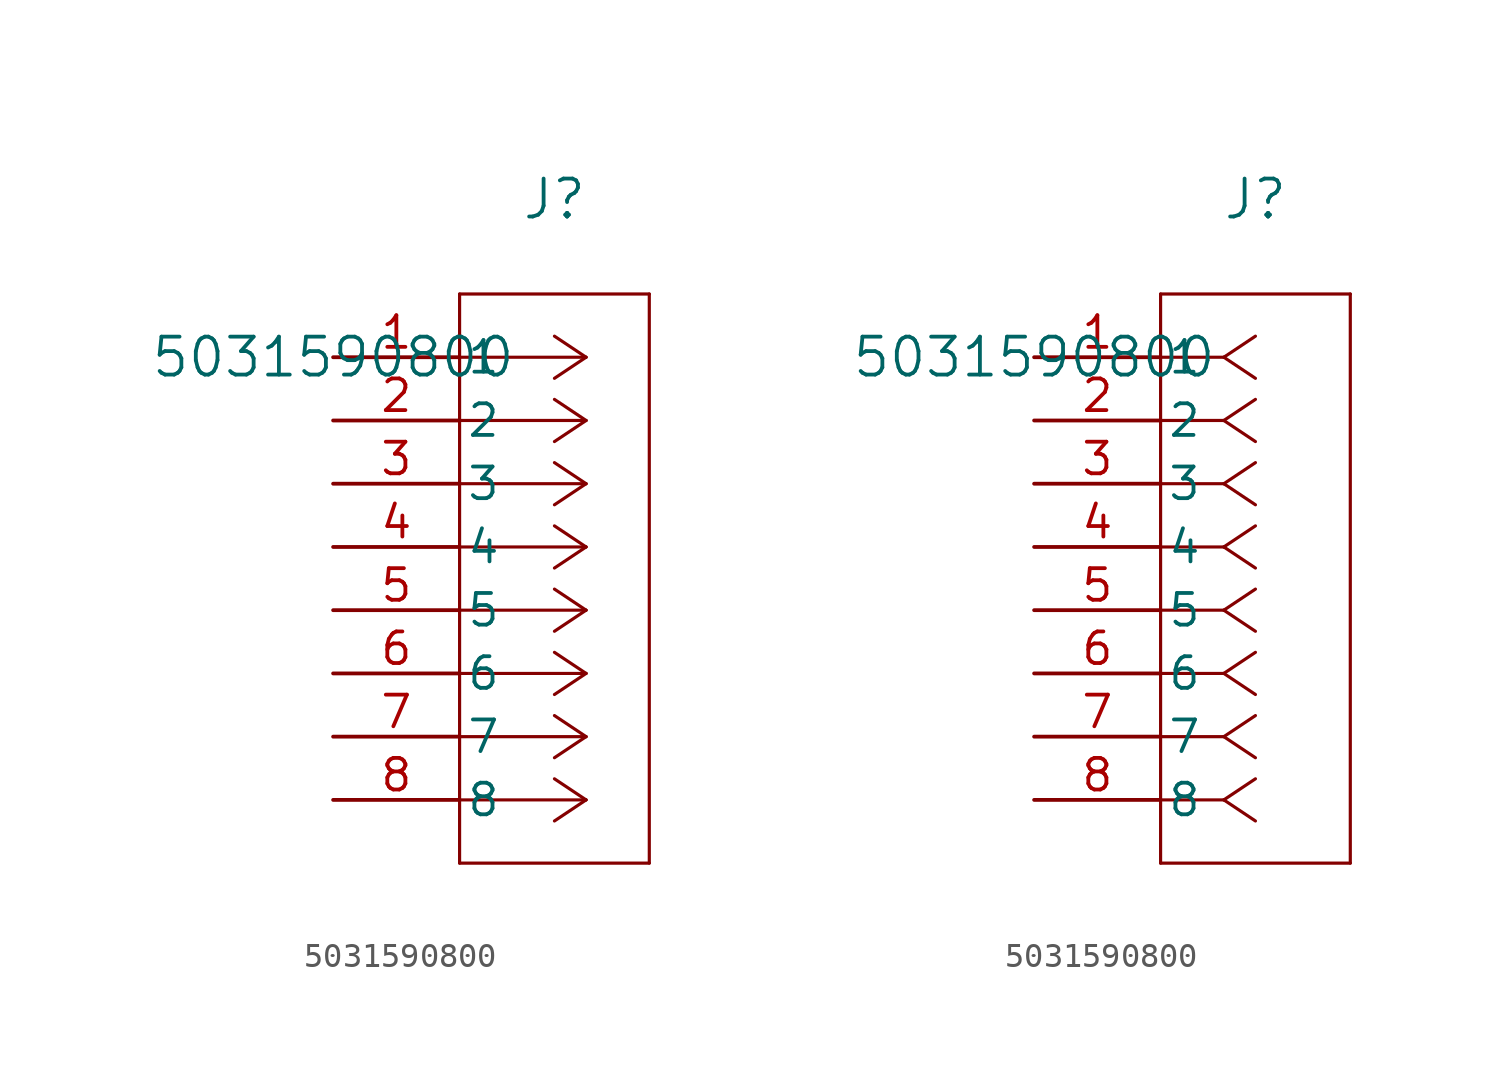
<source format=kicad_sym>
(kicad_symbol_lib
  (version 20211014)
  (generator kicad_symbol_editor)
  (symbol "5031590800"
    (pin_names
      (offset 0.254))
    (property "Reference" "J"
      (at 8.89 6.35 0)
      (effects (font (size 1.524 1.524))))
    (property "Value" "5031590800"
      (at 0 0 0)
      (effects (font (size 1.524 1.524))))
    (symbol "5031590800_1_1"
      (polyline (pts (xy 10.16 0) (xy 5.08 0)) (stroke (width 0.127) (type default) (color 0 0 0 0)) (fill (type none)))
      (polyline (pts (xy 10.16 -2.54) (xy 5.08 -2.54)) (stroke (width 0.127) (type default) (color 0 0 0 0)) (fill (type none)))
      (polyline (pts (xy 10.16 -5.08) (xy 5.08 -5.08)) (stroke (width 0.127) (type default) (color 0 0 0 0)) (fill (type none)))
      (polyline (pts (xy 10.16 -7.62) (xy 5.08 -7.62)) (stroke (width 0.127) (type default) (color 0 0 0 0)) (fill (type none)))
      (polyline (pts (xy 10.16 -10.16) (xy 5.08 -10.16)) (stroke (width 0.127) (type default) (color 0 0 0 0)) (fill (type none)))
      (polyline (pts (xy 10.16 -12.7) (xy 5.08 -12.7)) (stroke (width 0.127) (type default) (color 0 0 0 0)) (fill (type none)))
      (polyline (pts (xy 10.16 -15.24) (xy 5.08 -15.24)) (stroke (width 0.127) (type default) (color 0 0 0 0)) (fill (type none)))
      (polyline (pts (xy 10.16 -17.78) (xy 5.08 -17.78)) (stroke (width 0.127) (type default) (color 0 0 0 0)) (fill (type none)))
      (polyline (pts (xy 10.16 0) (xy 8.89 0.847)) (stroke (width 0.127) (type default) (color 0 0 0 0)) (fill (type none)))
      (polyline (pts (xy 10.16 -2.54) (xy 8.89 -1.693)) (stroke (width 0.127) (type default) (color 0 0 0 0)) (fill (type none)))
      (polyline (pts (xy 10.16 -5.08) (xy 8.89 -4.233)) (stroke (width 0.127) (type default) (color 0 0 0 0)) (fill (type none)))
      (polyline (pts (xy 10.16 -7.62) (xy 8.89 -6.773)) (stroke (width 0.127) (type default) (color 0 0 0 0)) (fill (type none)))
      (polyline (pts (xy 10.16 -10.16) (xy 8.89 -9.313)) (stroke (width 0.127) (type default) (color 0 0 0 0)) (fill (type none)))
      (polyline (pts (xy 10.16 -12.7) (xy 8.89 -11.853)) (stroke (width 0.127) (type default) (color 0 0 0 0)) (fill (type none)))
      (polyline (pts (xy 10.16 -15.24) (xy 8.89 -14.393)) (stroke (width 0.127) (type default) (color 0 0 0 0)) (fill (type none)))
      (polyline (pts (xy 10.16 -17.78) (xy 8.89 -16.933)) (stroke (width 0.127) (type default) (color 0 0 0 0)) (fill (type none)))
      (polyline (pts (xy 10.16 0) (xy 8.89 -0.847)) (stroke (width 0.127) (type default) (color 0 0 0 0)) (fill (type none)))
      (polyline (pts (xy 10.16 -2.54) (xy 8.89 -3.387)) (stroke (width 0.127) (type default) (color 0 0 0 0)) (fill (type none)))
      (polyline (pts (xy 10.16 -5.08) (xy 8.89 -5.927)) (stroke (width 0.127) (type default) (color 0 0 0 0)) (fill (type none)))
      (polyline (pts (xy 10.16 -7.62) (xy 8.89 -8.467)) (stroke (width 0.127) (type default) (color 0 0 0 0)) (fill (type none)))
      (polyline (pts (xy 10.16 -10.16) (xy 8.89 -11.007)) (stroke (width 0.127) (type default) (color 0 0 0 0)) (fill (type none)))
      (polyline (pts (xy 10.16 -12.7) (xy 8.89 -13.547)) (stroke (width 0.127) (type default) (color 0 0 0 0)) (fill (type none)))
      (polyline (pts (xy 10.16 -15.24) (xy 8.89 -16.087)) (stroke (width 0.127) (type default) (color 0 0 0 0)) (fill (type none)))
      (polyline (pts (xy 10.16 -17.78) (xy 8.89 -18.627)) (stroke (width 0.127) (type default) (color 0 0 0 0)) (fill (type none)))
      (polyline (pts (xy 5.08 2.54) (xy 5.08 -20.32)) (stroke (width 0.127) (type default) (color 0 0 0 0)) (fill (type none)))
      (polyline (pts (xy 5.08 -20.32) (xy 12.7 -20.32)) (stroke (width 0.127) (type default) (color 0 0 0 0)) (fill (type none)))
      (polyline (pts (xy 12.7 -20.32) (xy 12.7 2.54)) (stroke (width 0.127) (type default) (color 0 0 0 0)) (fill (type none)))
      (polyline (pts (xy 12.7 2.54) (xy 5.08 2.54)) (stroke (width 0.127) (type default) (color 0 0 0 0)) (fill (type none)))
      (pin unspecified line (at 0 0 0) (length 5.08) (name "1" (effects (font (size 1.27 1.27)))) (number "1" (effects (font (size 1.27 1.27)))))
      (pin unspecified line (at 0 -2.54 0) (length 5.08) (name "2" (effects (font (size 1.27 1.27)))) (number "2" (effects (font (size 1.27 1.27)))))
      (pin unspecified line (at 0 -5.08 0) (length 5.08) (name "3" (effects (font (size 1.27 1.27)))) (number "3" (effects (font (size 1.27 1.27)))))
      (pin unspecified line (at 0 -7.62 0) (length 5.08) (name "4" (effects (font (size 1.27 1.27)))) (number "4" (effects (font (size 1.27 1.27)))))
      (pin unspecified line (at 0 -10.16 0) (length 5.08) (name "5" (effects (font (size 1.27 1.27)))) (number "5" (effects (font (size 1.27 1.27)))))
      (pin unspecified line (at 0 -12.7 0) (length 5.08) (name "6" (effects (font (size 1.27 1.27)))) (number "6" (effects (font (size 1.27 1.27)))))
      (pin unspecified line (at 0 -15.24 0) (length 5.08) (name "7" (effects (font (size 1.27 1.27)))) (number "7" (effects (font (size 1.27 1.27)))))
      (pin unspecified line (at 0 -17.78 0) (length 5.08) (name "8" (effects (font (size 1.27 1.27)))) (number "8" (effects (font (size 1.27 1.27))))))
    (symbol "5031590800_1_2"
      (polyline (pts (xy 7.62 0) (xy 5.08 0)) (stroke (width 0.127) (type default) (color 0 0 0 0)) (fill (type none)))
      (polyline (pts (xy 7.62 -2.54) (xy 5.08 -2.54)) (stroke (width 0.127) (type default) (color 0 0 0 0)) (fill (type none)))
      (polyline (pts (xy 7.62 -5.08) (xy 5.08 -5.08)) (stroke (width 0.127) (type default) (color 0 0 0 0)) (fill (type none)))
      (polyline (pts (xy 7.62 -7.62) (xy 5.08 -7.62)) (stroke (width 0.127) (type default) (color 0 0 0 0)) (fill (type none)))
      (polyline (pts (xy 7.62 -10.16) (xy 5.08 -10.16)) (stroke (width 0.127) (type default) (color 0 0 0 0)) (fill (type none)))
      (polyline (pts (xy 7.62 -12.7) (xy 5.08 -12.7)) (stroke (width 0.127) (type default) (color 0 0 0 0)) (fill (type none)))
      (polyline (pts (xy 7.62 -15.24) (xy 5.08 -15.24)) (stroke (width 0.127) (type default) (color 0 0 0 0)) (fill (type none)))
      (polyline (pts (xy 7.62 -17.78) (xy 5.08 -17.78)) (stroke (width 0.127) (type default) (color 0 0 0 0)) (fill (type none)))
      (polyline (pts (xy 7.62 0) (xy 8.89 0.847)) (stroke (width 0.127) (type default) (color 0 0 0 0)) (fill (type none)))
      (polyline (pts (xy 7.62 -2.54) (xy 8.89 -1.693)) (stroke (width 0.127) (type default) (color 0 0 0 0)) (fill (type none)))
      (polyline (pts (xy 7.62 -5.08) (xy 8.89 -4.233)) (stroke (width 0.127) (type default) (color 0 0 0 0)) (fill (type none)))
      (polyline (pts (xy 7.62 -7.62) (xy 8.89 -6.773)) (stroke (width 0.127) (type default) (color 0 0 0 0)) (fill (type none)))
      (polyline (pts (xy 7.62 -10.16) (xy 8.89 -9.313)) (stroke (width 0.127) (type default) (color 0 0 0 0)) (fill (type none)))
      (polyline (pts (xy 7.62 -12.7) (xy 8.89 -11.853)) (stroke (width 0.127) (type default) (color 0 0 0 0)) (fill (type none)))
      (polyline (pts (xy 7.62 -15.24) (xy 8.89 -14.393)) (stroke (width 0.127) (type default) (color 0 0 0 0)) (fill (type none)))
      (polyline (pts (xy 7.62 -17.78) (xy 8.89 -16.933)) (stroke (width 0.127) (type default) (color 0 0 0 0)) (fill (type none)))
      (polyline (pts (xy 7.62 0) (xy 8.89 -0.847)) (stroke (width 0.127) (type default) (color 0 0 0 0)) (fill (type none)))
      (polyline (pts (xy 7.62 -2.54) (xy 8.89 -3.387)) (stroke (width 0.127) (type default) (color 0 0 0 0)) (fill (type none)))
      (polyline (pts (xy 7.62 -5.08) (xy 8.89 -5.927)) (stroke (width 0.127) (type default) (color 0 0 0 0)) (fill (type none)))
      (polyline (pts (xy 7.62 -7.62) (xy 8.89 -8.467)) (stroke (width 0.127) (type default) (color 0 0 0 0)) (fill (type none)))
      (polyline (pts (xy 7.62 -10.16) (xy 8.89 -11.007)) (stroke (width 0.127) (type default) (color 0 0 0 0)) (fill (type none)))
      (polyline (pts (xy 7.62 -12.7) (xy 8.89 -13.547)) (stroke (width 0.127) (type default) (color 0 0 0 0)) (fill (type none)))
      (polyline (pts (xy 7.62 -15.24) (xy 8.89 -16.087)) (stroke (width 0.127) (type default) (color 0 0 0 0)) (fill (type none)))
      (polyline (pts (xy 7.62 -17.78) (xy 8.89 -18.627)) (stroke (width 0.127) (type default) (color 0 0 0 0)) (fill (type none)))
      (polyline (pts (xy 5.08 2.54) (xy 5.08 -20.32)) (stroke (width 0.127) (type default) (color 0 0 0 0)) (fill (type none)))
      (polyline (pts (xy 5.08 -20.32) (xy 12.7 -20.32)) (stroke (width 0.127) (type default) (color 0 0 0 0)) (fill (type none)))
      (polyline (pts (xy 12.7 -20.32) (xy 12.7 2.54)) (stroke (width 0.127) (type default) (color 0 0 0 0)) (fill (type none)))
      (polyline (pts (xy 12.7 2.54) (xy 5.08 2.54)) (stroke (width 0.127) (type default) (color 0 0 0 0)) (fill (type none)))
      (pin unspecified line (at 0 0 0) (length 5.08) (name "1" (effects (font (size 1.27 1.27)))) (number "1" (effects (font (size 1.27 1.27)))))
      (pin unspecified line (at 0 -2.54 0) (length 5.08) (name "2" (effects (font (size 1.27 1.27)))) (number "2" (effects (font (size 1.27 1.27)))))
      (pin unspecified line (at 0 -5.08 0) (length 5.08) (name "3" (effects (font (size 1.27 1.27)))) (number "3" (effects (font (size 1.27 1.27)))))
      (pin unspecified line (at 0 -7.62 0) (length 5.08) (name "4" (effects (font (size 1.27 1.27)))) (number "4" (effects (font (size 1.27 1.27)))))
      (pin unspecified line (at 0 -10.16 0) (length 5.08) (name "5" (effects (font (size 1.27 1.27)))) (number "5" (effects (font (size 1.27 1.27)))))
      (pin unspecified line (at 0 -12.7 0) (length 5.08) (name "6" (effects (font (size 1.27 1.27)))) (number "6" (effects (font (size 1.27 1.27)))))
      (pin unspecified line (at 0 -15.24 0) (length 5.08) (name "7" (effects (font (size 1.27 1.27)))) (number "7" (effects (font (size 1.27 1.27)))))
      (pin unspecified line (at 0 -17.78 0) (length 5.08) (name "8" (effects (font (size 1.27 1.27)))) (number "8" (effects (font (size 1.27 1.27))))))))
</source>
